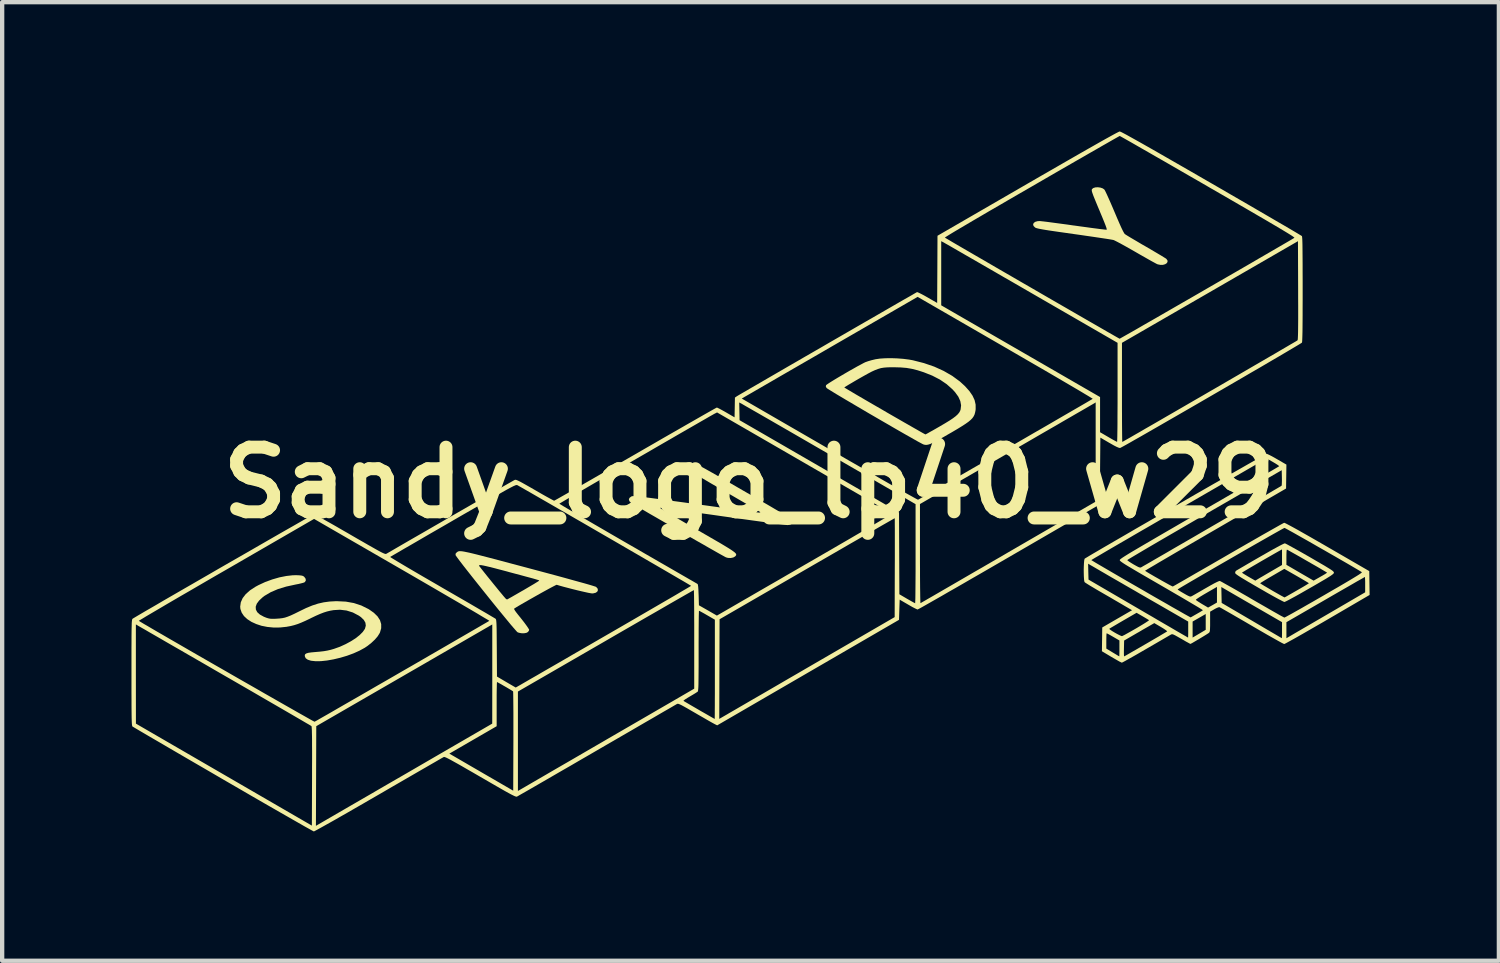
<source format=kicad_pcb>
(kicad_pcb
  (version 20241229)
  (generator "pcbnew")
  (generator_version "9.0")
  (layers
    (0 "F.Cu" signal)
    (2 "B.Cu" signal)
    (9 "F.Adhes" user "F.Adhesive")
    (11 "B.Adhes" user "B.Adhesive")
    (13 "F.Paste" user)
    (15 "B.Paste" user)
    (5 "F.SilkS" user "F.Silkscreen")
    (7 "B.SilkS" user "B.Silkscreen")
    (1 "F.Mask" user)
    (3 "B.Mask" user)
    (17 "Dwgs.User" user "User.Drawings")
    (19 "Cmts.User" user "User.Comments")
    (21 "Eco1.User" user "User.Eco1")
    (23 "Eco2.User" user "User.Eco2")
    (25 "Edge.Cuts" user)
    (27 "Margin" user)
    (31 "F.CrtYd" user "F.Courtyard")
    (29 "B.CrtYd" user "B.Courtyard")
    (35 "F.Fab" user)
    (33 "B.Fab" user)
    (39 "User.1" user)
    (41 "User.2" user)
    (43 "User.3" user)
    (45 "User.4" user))
  (footprint "Sandy_logo_lp40_w29"
    (layer "F.Cu")
    (at 14.332 8.145)
    (property "Reference" "Sandy_logo_lp40_w29" (at 0 0 0) (layer "F.SilkS") (effects (font (size 1.5 1.5) (thickness 0.3))))
    (attr board_only exclude_from_pos_files exclude_from_bom)
    (fp_poly (pts (xy 8.147 -6.843) (xy 8.201 -6.824) (xy 8.237 -6.798) (xy 8.25 -6.778) (xy 8.272 -6.734) (xy 8.302 -6.67) (xy 8.339 -6.588) (xy 8.381 -6.493) (xy 8.427 -6.387) (xy 8.472 -6.281) (xy 8.536 -6.13) (xy 8.59 -6.006) (xy 8.634 -5.908) (xy 8.669 -5.836) (xy 8.695 -5.789) (xy 8.711 -5.766) (xy 8.712 -5.766) (xy 8.732 -5.752) (xy 8.775 -5.725) (xy 8.836 -5.688) (xy 8.914 -5.642) (xy 9.004 -5.589) (xy 9.103 -5.53) (xy 9.198 -5.476) (xy 9.303 -5.415) (xy 9.401 -5.357) (xy 9.489 -5.305) (xy 9.563 -5.261) (xy 9.621 -5.225) (xy 9.66 -5.201) (xy 9.676 -5.189) (xy 9.702 -5.153) (xy 9.703 -5.118) (xy 9.683 -5.088) (xy 9.647 -5.065) (xy 9.597 -5.051) (xy 9.539 -5.05) (xy 9.477 -5.062) (xy 9.467 -5.066) (xy 9.445 -5.076) (xy 9.401 -5.1) (xy 9.338 -5.134) (xy 9.26 -5.178) (xy 9.169 -5.23) (xy 9.068 -5.287) (xy 8.966 -5.346) (xy 8.859 -5.407) (xy 8.757 -5.465) (xy 8.665 -5.516) (xy 8.584 -5.56) (xy 8.519 -5.594) (xy 8.473 -5.617) (xy 8.45 -5.627) (xy 8.425 -5.632) (xy 8.374 -5.641) (xy 8.3 -5.653) (xy 8.206 -5.667) (xy 8.093 -5.684) (xy 7.966 -5.703) (xy 7.826 -5.723) (xy 7.676 -5.745) (xy 7.533 -5.765) (xy 7.352 -5.791) (xy 7.196 -5.813) (xy 7.066 -5.832) (xy 6.957 -5.848) (xy 6.868 -5.862) (xy 6.798 -5.874) (xy 6.743 -5.884) (xy 6.701 -5.893) (xy 6.67 -5.901) (xy 6.649 -5.908) (xy 6.635 -5.915) (xy 6.63 -5.918) (xy 6.594 -5.954) (xy 6.585 -5.991) (xy 6.599 -6.023) (xy 6.635 -6.049) (xy 6.689 -6.064) (xy 6.738 -6.067) (xy 6.768 -6.064) (xy 6.823 -6.058) (xy 6.901 -6.049) (xy 6.998 -6.036) (xy 7.111 -6.021) (xy 7.238 -6.004) (xy 7.374 -5.986) (xy 7.518 -5.965) (xy 7.544 -5.962) (xy 7.687 -5.942) (xy 7.821 -5.924) (xy 7.943 -5.907) (xy 8.052 -5.893) (xy 8.143 -5.881) (xy 8.215 -5.873) (xy 8.265 -5.867) (xy 8.289 -5.866) (xy 8.291 -5.866) (xy 8.293 -5.879) (xy 8.284 -5.913) (xy 8.264 -5.969) (xy 8.233 -6.048) (xy 8.191 -6.151) (xy 8.137 -6.28) (xy 8.137 -6.281) (xy 8.083 -6.409) (xy 8.04 -6.513) (xy 8.006 -6.596) (xy 7.98 -6.661) (xy 7.963 -6.709) (xy 7.951 -6.745) (xy 7.946 -6.77) (xy 7.945 -6.788) (xy 7.948 -6.801) (xy 7.951 -6.808) (xy 7.981 -6.833) (xy 8.029 -6.848) (xy 8.087 -6.851)) (stroke (width 0) (type solid)) (fill yes) (layer "F.SilkS"))
    (fp_poly (pts (xy -10.433 2.152) (xy -10.388 2.157) (xy -10.358 2.165) (xy -10.336 2.177) (xy -10.322 2.189) (xy -10.292 2.231) (xy -10.287 2.271) (xy -10.308 2.306) (xy -10.317 2.313) (xy -10.344 2.324) (xy -10.393 2.337) (xy -10.456 2.352) (xy -10.523 2.365) (xy -10.743 2.413) (xy -10.936 2.472) (xy -11.103 2.544) (xy -11.244 2.627) (xy -11.289 2.661) (xy -11.371 2.737) (xy -11.425 2.81) (xy -11.45 2.88) (xy -11.446 2.946) (xy -11.414 3.007) (xy -11.353 3.062) (xy -11.264 3.111) (xy -11.205 3.135) (xy -11.16 3.149) (xy -11.117 3.158) (xy -11.067 3.161) (xy -11.002 3.16) (xy -10.967 3.158) (xy -10.895 3.153) (xy -10.831 3.145) (xy -10.77 3.132) (xy -10.707 3.111) (xy -10.635 3.082) (xy -10.549 3.042) (xy -10.444 2.99) (xy -10.284 2.912) (xy -10.139 2.852) (xy -10.004 2.808) (xy -9.872 2.778) (xy -9.738 2.76) (xy -9.595 2.752) (xy -9.559 2.752) (xy -9.358 2.762) (xy -9.173 2.795) (xy -9.002 2.851) (xy -8.84 2.931) (xy -8.821 2.942) (xy -8.709 3.021) (xy -8.624 3.104) (xy -8.567 3.192) (xy -8.539 3.284) (xy -8.539 3.38) (xy -8.567 3.477) (xy -8.577 3.497) (xy -8.62 3.566) (xy -8.685 3.642) (xy -8.766 3.718) (xy -8.855 3.789) (xy -8.922 3.834) (xy -9.045 3.901) (xy -9.183 3.963) (xy -9.333 4.018) (xy -9.488 4.064) (xy -9.644 4.101) (xy -9.796 4.128) (xy -9.938 4.143) (xy -10.065 4.144) (xy -10.167 4.133) (xy -10.241 4.11) (xy -10.289 4.076) (xy -10.308 4.038) (xy -10.312 4.006) (xy -10.302 3.982) (xy -10.276 3.964) (xy -10.23 3.95) (xy -10.162 3.94) (xy -10.074 3.932) (xy -9.959 3.922) (xy -9.865 3.911) (xy -9.785 3.897) (xy -9.711 3.88) (xy -9.635 3.858) (xy -9.632 3.857) (xy -9.495 3.808) (xy -9.364 3.748) (xy -9.242 3.682) (xy -9.132 3.612) (xy -9.04 3.539) (xy -8.967 3.466) (xy -8.919 3.397) (xy -8.915 3.389) (xy -8.896 3.319) (xy -8.905 3.251) (xy -8.942 3.186) (xy -9.008 3.122) (xy -9.056 3.088) (xy -9.196 3.014) (xy -9.343 2.968) (xy -9.495 2.95) (xy -9.644 2.959) (xy -9.723 2.973) (xy -9.797 2.991) (xy -9.873 3.015) (xy -9.956 3.047) (xy -10.052 3.089) (xy -10.167 3.144) (xy -10.184 3.153) (xy -10.299 3.208) (xy -10.395 3.25) (xy -10.479 3.283) (xy -10.558 3.308) (xy -10.638 3.328) (xy -10.725 3.344) (xy -10.734 3.346) (xy -10.887 3.362) (xy -11.036 3.363) (xy -11.18 3.349) (xy -11.316 3.322) (xy -11.44 3.281) (xy -11.551 3.23) (xy -11.646 3.168) (xy -11.722 3.097) (xy -11.775 3.018) (xy -11.805 2.932) (xy -11.81 2.879) (xy -11.796 2.778) (xy -11.753 2.681) (xy -11.681 2.588) (xy -11.581 2.499) (xy -11.452 2.415) (xy -11.385 2.379) (xy -11.23 2.307) (xy -11.066 2.247) (xy -10.9 2.199) (xy -10.738 2.167) (xy -10.588 2.15) (xy -10.5 2.149)) (stroke (width 0) (type solid)) (fill yes) (layer "F.SilkS"))
    (fp_poly (pts (xy 3.433 -2.881) (xy 3.575 -2.87) (xy 3.708 -2.853) (xy 3.796 -2.837) (xy 4.051 -2.772) (xy 4.29 -2.69) (xy 4.51 -2.59) (xy 4.709 -2.475) (xy 4.886 -2.345) (xy 5.005 -2.236) (xy 5.105 -2.124) (xy 5.179 -2.017) (xy 5.227 -1.914) (xy 5.251 -1.81) (xy 5.252 -1.704) (xy 5.248 -1.67) (xy 5.238 -1.621) (xy 5.225 -1.576) (xy 5.204 -1.534) (xy 5.176 -1.494) (xy 5.136 -1.453) (xy 5.083 -1.409) (xy 5.014 -1.36) (xy 4.927 -1.304) (xy 4.821 -1.239) (xy 4.692 -1.163) (xy 4.63 -1.128) (xy 4.506 -1.056) (xy 4.403 -0.999) (xy 4.32 -0.954) (xy 4.253 -0.92) (xy 4.2 -0.896) (xy 4.157 -0.882) (xy 4.121 -0.875) (xy 4.09 -0.874) (xy 4.061 -0.879) (xy 4.04 -0.885) (xy 4.017 -0.896) (xy 3.972 -0.92) (xy 3.907 -0.955) (xy 3.824 -1.002) (xy 3.726 -1.058) (xy 3.614 -1.121) (xy 3.49 -1.192) (xy 3.358 -1.268) (xy 3.219 -1.349) (xy 3.075 -1.432) (xy 2.929 -1.517) (xy 2.782 -1.602) (xy 2.638 -1.687) (xy 2.498 -1.769) (xy 2.365 -1.848) (xy 2.24 -1.921) (xy 2.126 -1.989) (xy 2.025 -2.049) (xy 1.94 -2.101) (xy 1.872 -2.143) (xy 1.824 -2.173) (xy 1.798 -2.191) (xy 1.794 -2.194) (xy 1.787 -2.207) (xy 2.205 -2.207) (xy 2.217 -2.198) (xy 2.252 -2.177) (xy 2.308 -2.143) (xy 2.381 -2.1) (xy 2.47 -2.047) (xy 2.573 -1.987) (xy 2.686 -1.921) (xy 2.808 -1.85) (xy 2.936 -1.776) (xy 3.068 -1.7) (xy 3.201 -1.622) (xy 3.333 -1.546) (xy 3.462 -1.472) (xy 3.585 -1.401) (xy 3.701 -1.335) (xy 3.805 -1.275) (xy 3.897 -1.223) (xy 3.973 -1.179) (xy 4.032 -1.146) (xy 4.071 -1.125) (xy 4.088 -1.117) (xy 4.088 -1.117) (xy 4.102 -1.124) (xy 4.138 -1.143) (xy 4.192 -1.174) (xy 4.261 -1.212) (xy 4.341 -1.258) (xy 4.416 -1.301) (xy 4.542 -1.375) (xy 4.645 -1.438) (xy 4.726 -1.492) (xy 4.789 -1.54) (xy 4.836 -1.583) (xy 4.87 -1.624) (xy 4.892 -1.664) (xy 4.903 -1.697) (xy 4.914 -1.792) (xy 4.896 -1.89) (xy 4.85 -1.992) (xy 4.775 -2.096) (xy 4.714 -2.163) (xy 4.579 -2.283) (xy 4.423 -2.389) (xy 4.245 -2.481) (xy 4.048 -2.559) (xy 3.905 -2.605) (xy 3.774 -2.638) (xy 3.646 -2.66) (xy 3.51 -2.671) (xy 3.365 -2.675) (xy 3.271 -2.675) (xy 3.19 -2.672) (xy 3.119 -2.666) (xy 3.053 -2.655) (xy 2.989 -2.636) (xy 2.92 -2.61) (xy 2.843 -2.575) (xy 2.754 -2.528) (xy 2.648 -2.469) (xy 2.549 -2.413) (xy 2.459 -2.361) (xy 2.378 -2.313) (xy 2.308 -2.272) (xy 2.254 -2.239) (xy 2.219 -2.217) (xy 2.205 -2.207) (xy 2.205 -2.207) (xy 1.787 -2.207) (xy 1.776 -2.226) (xy 1.78 -2.254) (xy 1.782 -2.259) (xy 1.798 -2.273) (xy 1.836 -2.299) (xy 1.892 -2.335) (xy 1.963 -2.379) (xy 2.046 -2.429) (xy 2.136 -2.482) (xy 2.231 -2.538) (xy 2.326 -2.593) (xy 2.419 -2.645) (xy 2.505 -2.694) (xy 2.582 -2.735) (xy 2.645 -2.769) (xy 2.691 -2.792) (xy 2.705 -2.797) (xy 2.759 -2.816) (xy 2.83 -2.837) (xy 2.904 -2.855) (xy 2.929 -2.861) (xy 3.031 -2.876) (xy 3.154 -2.884) (xy 3.291 -2.886)) (stroke (width 0) (type solid)) (fill yes) (layer "F.SilkS"))
    (fp_poly (pts (xy -6.692 1.592) (xy -6.658 1.595) (xy -6.615 1.602) (xy -6.561 1.613) (xy -6.494 1.627) (xy -6.414 1.646) (xy -6.317 1.67) (xy -6.204 1.699) (xy -6.072 1.733) (xy -5.919 1.773) (xy -5.745 1.819) (xy -5.547 1.872) (xy -5.324 1.931) (xy -5.122 1.985) (xy -4.886 2.048) (xy -4.666 2.107) (xy -4.461 2.162) (xy -4.274 2.213) (xy -4.106 2.26) (xy -3.957 2.301) (xy -3.83 2.336) (xy -3.725 2.366) (xy -3.644 2.39) (xy -3.588 2.408) (xy -3.558 2.418) (xy -3.554 2.42) (xy -3.519 2.458) (xy -3.511 2.496) (xy -3.526 2.53) (xy -3.562 2.556) (xy -3.618 2.57) (xy -3.644 2.572) (xy -3.676 2.568) (xy -3.731 2.558) (xy -3.804 2.542) (xy -3.892 2.522) (xy -3.99 2.499) (xy -4.094 2.473) (xy -4.198 2.446) (xy -4.298 2.42) (xy -4.391 2.394) (xy -4.468 2.371) (xy -4.484 2.377) (xy -4.521 2.396) (xy -4.577 2.425) (xy -4.648 2.463) (xy -4.73 2.508) (xy -4.821 2.558) (xy -4.917 2.612) (xy -5.014 2.667) (xy -5.11 2.721) (xy -5.2 2.773) (xy -5.282 2.82) (xy -5.352 2.861) (xy -5.407 2.894) (xy -5.443 2.917) (xy -5.457 2.927) (xy -5.452 2.942) (xy -5.433 2.974) (xy -5.401 3.018) (xy -5.373 3.054) (xy -5.291 3.156) (xy -5.222 3.244) (xy -5.169 3.316) (xy -5.131 3.371) (xy -5.11 3.406) (xy -5.106 3.418) (xy -5.116 3.442) (xy -5.135 3.467) (xy -5.172 3.487) (xy -5.225 3.496) (xy -5.287 3.495) (xy -5.345 3.484) (xy -5.378 3.471) (xy -5.394 3.455) (xy -5.426 3.419) (xy -5.473 3.365) (xy -5.533 3.295) (xy -5.603 3.21) (xy -5.683 3.113) (xy -5.771 3.006) (xy -5.864 2.892) (xy -5.961 2.772) (xy -6.06 2.649) (xy -6.16 2.524) (xy -6.259 2.4) (xy -6.355 2.28) (xy -6.447 2.164) (xy -6.532 2.056) (xy -6.609 1.958) (xy -6.634 1.926) (xy -6.268 1.926) (xy -6.263 1.938) (xy -6.257 1.947) (xy -6.203 2.016) (xy -6.141 2.094) (xy -6.074 2.178) (xy -6.004 2.264) (xy -5.934 2.351) (xy -5.866 2.434) (xy -5.803 2.512) (xy -5.746 2.58) (xy -5.7 2.636) (xy -5.665 2.676) (xy -5.644 2.699) (xy -5.64 2.703) (xy -5.62 2.71) (xy -5.617 2.711) (xy -5.604 2.705) (xy -5.569 2.685) (xy -5.515 2.655) (xy -5.446 2.615) (xy -5.364 2.568) (xy -5.272 2.515) (xy -5.243 2.499) (xy -5.15 2.444) (xy -5.065 2.394) (xy -4.992 2.351) (xy -4.934 2.315) (xy -4.894 2.29) (xy -4.875 2.276) (xy -4.874 2.275) (xy -4.875 2.272) (xy -4.878 2.269) (xy -4.887 2.264) (xy -4.903 2.259) (xy -4.929 2.251) (xy -4.966 2.24) (xy -5.017 2.225) (xy -5.084 2.207) (xy -5.17 2.184) (xy -5.276 2.155) (xy -5.404 2.121) (xy -5.558 2.08) (xy -5.633 2.059) (xy -5.789 2.018) (xy -5.918 1.984) (xy -6.023 1.958) (xy -6.107 1.938) (xy -6.171 1.924) (xy -6.217 1.916) (xy -6.247 1.914) (xy -6.263 1.917) (xy -6.268 1.926) (xy -6.634 1.926) (xy -6.676 1.871) (xy -6.732 1.798) (xy -6.774 1.741) (xy -6.802 1.702) (xy -6.813 1.684) (xy -6.813 1.65) (xy -6.79 1.623) (xy -6.778 1.613) (xy -6.767 1.605) (xy -6.754 1.598) (xy -6.738 1.594) (xy -6.718 1.591)) (stroke (width 0) (type solid)) (fill yes) (layer "F.SilkS"))
    (fp_poly (pts (xy -1.315 -0.447) (xy -1.299 -0.446) (xy -1.283 -0.443) (xy -1.265 -0.439) (xy -1.243 -0.432) (xy -1.217 -0.421) (xy -1.183 -0.405) (xy -1.141 -0.384) (xy -1.089 -0.356) (xy -1.025 -0.321) (xy -0.947 -0.277) (xy -0.854 -0.225) (xy -0.744 -0.162) (xy -0.615 -0.088) (xy -0.466 -0.002) (xy -0.295 0.097) (xy -0.138 0.188) (xy 0.026 0.282) (xy 0.183 0.374) (xy 0.332 0.46) (xy 0.47 0.54) (xy 0.595 0.614) (xy 0.707 0.679) (xy 0.802 0.736) (xy 0.879 0.782) (xy 0.936 0.816) (xy 0.972 0.838) (xy 0.983 0.846) (xy 1.011 0.885) (xy 1.013 0.922) (xy 0.992 0.955) (xy 0.95 0.977) (xy 0.891 0.986) (xy 0.887 0.986) (xy 0.864 0.984) (xy 0.814 0.979) (xy 0.739 0.969) (xy 0.642 0.956) (xy 0.524 0.941) (xy 0.388 0.922) (xy 0.236 0.901) (xy 0.068 0.878) (xy -0.111 0.853) (xy -0.301 0.827) (xy -0.499 0.799) (xy -0.613 0.783) (xy -0.814 0.754) (xy -1.007 0.727) (xy -1.19 0.702) (xy -1.361 0.678) (xy -1.518 0.656) (xy -1.659 0.637) (xy -1.782 0.62) (xy -1.886 0.606) (xy -1.968 0.596) (xy -2.026 0.588) (xy -2.059 0.585) (xy -2.065 0.585) (xy -2.061 0.594) (xy -2.035 0.613) (xy -1.994 0.641) (xy -1.959 0.661) (xy -1.924 0.682) (xy -1.867 0.715) (xy -1.79 0.76) (xy -1.695 0.814) (xy -1.586 0.877) (xy -1.466 0.947) (xy -1.336 1.022) (xy -1.2 1.101) (xy -1.082 1.169) (xy -0.918 1.264) (xy -0.778 1.345) (xy -0.659 1.414) (xy -0.561 1.473) (xy -0.482 1.521) (xy -0.419 1.561) (xy -0.372 1.594) (xy -0.338 1.62) (xy -0.316 1.642) (xy -0.305 1.659) (xy -0.303 1.674) (xy -0.307 1.688) (xy -0.317 1.701) (xy -0.329 1.714) (xy -0.371 1.738) (xy -0.429 1.75) (xy -0.492 1.748) (xy -0.537 1.736) (xy -0.556 1.727) (xy -0.597 1.704) (xy -0.659 1.67) (xy -0.739 1.625) (xy -0.835 1.57) (xy -0.945 1.508) (xy -1.066 1.438) (xy -1.197 1.364) (xy -1.335 1.285) (xy -1.478 1.203) (xy -1.623 1.119) (xy -1.768 1.036) (xy -1.912 0.953) (xy -2.051 0.873) (xy -2.184 0.796) (xy -2.308 0.725) (xy -2.42 0.659) (xy -2.52 0.601) (xy -2.604 0.552) (xy -2.67 0.513) (xy -2.716 0.486) (xy -2.737 0.473) (xy -2.779 0.434) (xy -2.793 0.394) (xy -2.78 0.357) (xy -2.74 0.325) (xy -2.727 0.319) (xy -2.717 0.316) (xy -2.702 0.315) (xy -2.68 0.315) (xy -2.648 0.316) (xy -2.607 0.32) (xy -2.553 0.325) (xy -2.486 0.333) (xy -2.404 0.343) (xy -2.304 0.355) (xy -2.186 0.371) (xy -2.047 0.389) (xy -1.887 0.411) (xy -1.702 0.436) (xy -1.493 0.464) (xy -1.256 0.497) (xy -1.243 0.499) (xy -1.042 0.526) (xy -0.848 0.553) (xy -0.664 0.578) (xy -0.491 0.601) (xy -0.332 0.623) (xy -0.189 0.642) (xy -0.063 0.659) (xy 0.043 0.673) (xy 0.127 0.684) (xy 0.188 0.692) (xy 0.223 0.696) (xy 0.231 0.696) (xy 0.254 0.692) (xy 0.253 0.683) (xy 0.238 0.674) (xy 0.201 0.651) (xy 0.142 0.616) (xy 0.065 0.571) (xy -0.029 0.516) (xy -0.138 0.453) (xy -0.259 0.383) (xy -0.391 0.306) (xy -0.53 0.226) (xy -0.595 0.189) (xy -0.738 0.106) (xy -0.874 0.027) (xy -1.001 -0.048) (xy -1.117 -0.116) (xy -1.219 -0.176) (xy -1.306 -0.228) (xy -1.375 -0.27) (xy -1.423 -0.3) (xy -1.45 -0.318) (xy -1.454 -0.322) (xy -1.475 -0.351) (xy -1.475 -0.375) (xy -1.455 -0.403) (xy -1.442 -0.416) (xy -1.419 -0.436) (xy -1.394 -0.447) (xy -1.358 -0.449)) (stroke (width 0) (type solid)) (fill yes) (layer "F.SilkS"))
    (fp_poly (pts (xy 12.445 1.418) (xy 12.486 1.439) (xy 12.546 1.472) (xy 12.624 1.515) (xy 12.716 1.566) (xy 12.819 1.624) (xy 12.931 1.688) (xy 13.01 1.733) (xy 13.143 1.811) (xy 13.253 1.875) (xy 13.343 1.927) (xy 13.413 1.97) (xy 13.467 2.003) (xy 13.507 2.029) (xy 13.534 2.049) (xy 13.551 2.065) (xy 13.56 2.077) (xy 13.563 2.087) (xy 13.563 2.089) (xy 13.561 2.099) (xy 13.554 2.111) (xy 13.539 2.125) (xy 13.515 2.143) (xy 13.48 2.168) (xy 13.43 2.199) (xy 13.365 2.239) (xy 13.281 2.288) (xy 13.177 2.349) (xy 13.051 2.422) (xy 13.005 2.448) (xy 12.888 2.515) (xy 12.778 2.578) (xy 12.678 2.634) (xy 12.589 2.682) (xy 12.516 2.722) (xy 12.461 2.75) (xy 12.425 2.767) (xy 12.414 2.77) (xy 12.395 2.763) (xy 12.353 2.742) (xy 12.292 2.71) (xy 12.214 2.668) (xy 12.122 2.617) (xy 12.019 2.559) (xy 11.907 2.494) (xy 11.826 2.448) (xy 11.69 2.369) (xy 11.633 2.335) (xy 11.852 2.335) (xy 11.864 2.345) (xy 11.897 2.366) (xy 11.946 2.396) (xy 12.008 2.432) (xy 12.077 2.473) (xy 12.15 2.516) (xy 12.222 2.557) (xy 12.289 2.595) (xy 12.346 2.627) (xy 12.389 2.65) (xy 12.414 2.663) (xy 12.418 2.664) (xy 12.433 2.657) (xy 12.469 2.637) (xy 12.523 2.606) (xy 12.59 2.568) (xy 12.668 2.523) (xy 12.705 2.502) (xy 12.785 2.456) (xy 12.857 2.414) (xy 12.915 2.379) (xy 12.957 2.353) (xy 12.979 2.338) (xy 12.982 2.335) (xy 12.97 2.326) (xy 12.936 2.305) (xy 12.884 2.274) (xy 12.818 2.235) (xy 12.74 2.19) (xy 12.697 2.165) (xy 12.412 2.002) (xy 12.132 2.165) (xy 12.051 2.212) (xy 11.979 2.255) (xy 11.92 2.291) (xy 11.878 2.317) (xy 11.855 2.333) (xy 11.852 2.335) (xy 11.633 2.335) (xy 11.578 2.304) (xy 11.487 2.249) (xy 11.415 2.206) (xy 11.36 2.171) (xy 11.32 2.144) (xy 11.294 2.124) (xy 11.278 2.109) (xy 11.272 2.098) (xy 11.271 2.095) (xy 11.272 2.09) (xy 11.431 2.09) (xy 11.443 2.1) (xy 11.475 2.121) (xy 11.523 2.15) (xy 11.581 2.185) (xy 11.585 2.187) (xy 11.739 2.275) (xy 11.849 2.209) (xy 11.903 2.178) (xy 11.973 2.137) (xy 12.053 2.09) (xy 12.134 2.043) (xy 12.16 2.028) (xy 12.359 1.912) (xy 12.359 1.731) (xy 12.359 1.729) (xy 12.461 1.729) (xy 12.461 1.908) (xy 12.776 2.092) (xy 13.092 2.275) (xy 13.15 2.242) (xy 13.192 2.218) (xy 13.248 2.186) (xy 13.305 2.154) (xy 13.306 2.153) (xy 13.352 2.126) (xy 13.386 2.104) (xy 13.403 2.091) (xy 13.404 2.089) (xy 13.391 2.081) (xy 13.358 2.061) (xy 13.305 2.03) (xy 13.238 1.99) (xy 13.159 1.944) (xy 13.071 1.894) (xy 12.979 1.841) (xy 12.885 1.787) (xy 12.794 1.734) (xy 12.707 1.685) (xy 12.629 1.641) (xy 12.563 1.604) (xy 12.513 1.576) (xy 12.481 1.559) (xy 12.473 1.555) (xy 12.468 1.566) (xy 12.464 1.602) (xy 12.462 1.655) (xy 12.461 1.722) (xy 12.461 1.729) (xy 12.359 1.729) (xy 12.359 1.55) (xy 12.26 1.605) (xy 12.169 1.657) (xy 12.071 1.713) (xy 11.97 1.771) (xy 11.869 1.829) (xy 11.772 1.886) (xy 11.681 1.939) (xy 11.599 1.987) (xy 11.53 2.028) (xy 11.477 2.06) (xy 11.443 2.081) (xy 11.431 2.09) (xy 11.272 2.09) (xy 11.279 2.063) (xy 11.289 2.049) (xy 11.305 2.038) (xy 11.344 2.015) (xy 11.402 1.981) (xy 11.478 1.937) (xy 11.568 1.884) (xy 11.669 1.825) (xy 11.78 1.761) (xy 11.851 1.72) (xy 11.991 1.64) (xy 12.113 1.57) (xy 12.218 1.513) (xy 12.302 1.467) (xy 12.367 1.434) (xy 12.408 1.415) (xy 12.426 1.41)) (stroke (width 0) (type solid)) (fill yes) (layer "F.SilkS"))
    (fp_poly (pts (xy 12.023 -0.66) (xy 12.064 -0.641) (xy 12.121 -0.612) (xy 12.188 -0.575) (xy 12.245 -0.542) (xy 12.461 -0.417) (xy 12.457 -0.14) (xy 12.453 0.138) (xy 10.818 1.088) (xy 10.617 1.204) (xy 10.424 1.317) (xy 10.239 1.424) (xy 10.064 1.526) (xy 9.901 1.621) (xy 9.751 1.709) (xy 9.614 1.789) (xy 9.494 1.859) (xy 9.392 1.92) (xy 9.308 1.969) (xy 9.244 2.007) (xy 9.202 2.033) (xy 9.183 2.044) (xy 9.182 2.045) (xy 9.194 2.055) (xy 9.228 2.076) (xy 9.278 2.107) (xy 9.342 2.144) (xy 9.414 2.186) (xy 9.492 2.23) (xy 9.57 2.275) (xy 9.644 2.316) (xy 9.711 2.353) (xy 9.766 2.383) (xy 9.806 2.403) (xy 9.825 2.411) (xy 9.826 2.411) (xy 9.84 2.403) (xy 9.878 2.382) (xy 9.937 2.348) (xy 10.016 2.303) (xy 10.114 2.247) (xy 10.228 2.181) (xy 10.357 2.106) (xy 10.5 2.024) (xy 10.654 1.936) (xy 10.818 1.841) (xy 10.99 1.742) (xy 11.11 1.672) (xy 11.287 1.57) (xy 11.457 1.472) (xy 11.619 1.379) (xy 11.771 1.292) (xy 11.91 1.212) (xy 12.036 1.141) (xy 12.147 1.078) (xy 12.241 1.025) (xy 12.315 0.983) (xy 12.37 0.953) (xy 12.402 0.936) (xy 12.41 0.933) (xy 12.428 0.939) (xy 12.47 0.96) (xy 12.534 0.994) (xy 12.621 1.041) (xy 12.728 1.1) (xy 12.854 1.172) (xy 12.999 1.254) (xy 13.161 1.347) (xy 13.34 1.45) (xy 13.411 1.491) (xy 14.383 2.054) (xy 14.387 2.33) (xy 14.391 2.607) (xy 13.415 3.177) (xy 13.26 3.267) (xy 13.112 3.352) (xy 12.973 3.432) (xy 12.845 3.506) (xy 12.729 3.572) (xy 12.628 3.629) (xy 12.544 3.675) (xy 12.479 3.711) (xy 12.434 3.735) (xy 12.412 3.745) (xy 12.41 3.746) (xy 12.392 3.738) (xy 12.352 3.718) (xy 12.292 3.685) (xy 12.213 3.641) (xy 12.119 3.588) (xy 12.011 3.527) (xy 11.892 3.458) (xy 11.764 3.384) (xy 11.656 3.321) (xy 11.523 3.243) (xy 11.397 3.17) (xy 11.281 3.103) (xy 11.176 3.042) (xy 11.085 2.99) (xy 11.01 2.947) (xy 10.954 2.915) (xy 10.918 2.896) (xy 10.907 2.89) (xy 10.883 2.894) (xy 10.843 2.91) (xy 10.794 2.935) (xy 10.787 2.94) (xy 10.691 2.995) (xy 10.691 3.229) (xy 10.691 3.318) (xy 10.689 3.382) (xy 10.687 3.427) (xy 10.682 3.455) (xy 10.675 3.473) (xy 10.666 3.484) (xy 10.645 3.499) (xy 10.606 3.524) (xy 10.553 3.557) (xy 10.492 3.594) (xy 10.428 3.633) (xy 10.366 3.669) (xy 10.31 3.702) (xy 10.267 3.727) (xy 10.24 3.74) (xy 10.234 3.743) (xy 10.219 3.736) (xy 10.183 3.716) (xy 10.131 3.688) (xy 10.068 3.651) (xy 10.021 3.624) (xy 9.945 3.581) (xy 9.89 3.55) (xy 9.851 3.53) (xy 9.824 3.52) (xy 9.806 3.518) (xy 9.791 3.522) (xy 9.779 3.528) (xy 9.759 3.54) (xy 9.716 3.565) (xy 9.654 3.601) (xy 9.575 3.647) (xy 9.482 3.701) (xy 9.379 3.761) (xy 9.267 3.826) (xy 9.201 3.864) (xy 9.087 3.93) (xy 8.98 3.992) (xy 8.883 4.047) (xy 8.799 4.094) (xy 8.73 4.133) (xy 8.68 4.16) (xy 8.65 4.175) (xy 8.643 4.178) (xy 8.625 4.17) (xy 8.586 4.151) (xy 8.532 4.12) (xy 8.466 4.082) (xy 8.402 4.045) (xy 8.181 3.913) (xy 8.184 3.674) (xy 8.283 3.674) (xy 8.283 3.851) (xy 8.432 3.942) (xy 8.489 3.976) (xy 8.537 4.005) (xy 8.571 4.025) (xy 8.584 4.032) (xy 8.584 4.032) (xy 8.585 4.019) (xy 8.586 3.982) (xy 8.587 3.927) (xy 8.587 3.918) (xy 8.691 3.918) (xy 8.691 3.975) (xy 8.693 4.015) (xy 8.695 4.032) (xy 8.695 4.033) (xy 8.709 4.026) (xy 8.745 4.006) (xy 8.801 3.974) (xy 8.873 3.932) (xy 8.96 3.883) (xy 9.058 3.826) (xy 9.165 3.764) (xy 9.193 3.748) (xy 9.301 3.685) (xy 9.402 3.626) (xy 9.493 3.573) (xy 9.57 3.527) (xy 9.631 3.491) (xy 9.673 3.466) (xy 9.693 3.453) (xy 9.695 3.452) (xy 9.687 3.442) (xy 9.659 3.42) (xy 9.615 3.39) (xy 9.558 3.355) (xy 9.551 3.351) (xy 9.396 3.26) (xy 9.344 3.29) (xy 9.316 3.306) (xy 9.268 3.334) (xy 9.203 3.371) (xy 9.126 3.415) (xy 9.042 3.465) (xy 8.994 3.492) (xy 8.696 3.665) (xy 8.692 3.849) (xy 8.691 3.918) (xy 8.587 3.918) (xy 8.587 3.859) (xy 8.587 3.848) (xy 8.587 3.663) (xy 8.443 3.579) (xy 8.386 3.546) (xy 8.337 3.519) (xy 8.304 3.502) (xy 8.291 3.496) (xy 8.288 3.51) (xy 8.285 3.547) (xy 8.284 3.602) (xy 8.283 3.669) (xy 8.283 3.674) (xy 8.184 3.674) (xy 8.185 3.637) (xy 8.188 3.392) (xy 8.353 3.392) (xy 8.359 3.403) (xy 8.386 3.423) (xy 8.427 3.45) (xy 8.477 3.48) (xy 8.53 3.51) (xy 8.579 3.535) (xy 8.619 3.554) (xy 8.645 3.562) (xy 8.648 3.562) (xy 8.667 3.553) (xy 8.708 3.533) (xy 8.765 3.501) (xy 8.837 3.461) (xy 8.918 3.415) (xy 8.979 3.38) (xy 9.063 3.33) (xy 9.138 3.285) (xy 9.199 3.247) (xy 9.244 3.217) (xy 9.27 3.198) (xy 9.274 3.192) (xy 9.257 3.181) (xy 9.221 3.159) (xy 9.171 3.129) (xy 9.123 3.101) (xy 8.985 3.021) (xy 8.674 3.201) (xy 8.588 3.251) (xy 8.51 3.297) (xy 8.444 3.336) (xy 8.393 3.366) (xy 8.362 3.385) (xy 8.353 3.392) (xy 8.188 3.392) (xy 8.189 3.361) (xy 8.534 3.161) (xy 8.88 2.961) (xy 8.708 2.861) (xy 8.649 2.826) (xy 8.57 2.78) (xy 8.477 2.726) (xy 8.375 2.666) (xy 8.269 2.605) (xy 8.167 2.546) (xy 8.072 2.491) (xy 7.985 2.439) (xy 7.909 2.394) (xy 7.848 2.356) (xy 7.804 2.328) (xy 7.781 2.311) (xy 7.779 2.309) (xy 7.771 2.285) (xy 7.766 2.239) (xy 7.762 2.175) (xy 7.76 2.101) (xy 7.759 2.023) (xy 7.761 1.945) (xy 7.764 1.882) (xy 7.861 1.882) (xy 7.865 2.066) (xy 7.87 2.251) (xy 9.023 2.923) (xy 9.19 3.021) (xy 9.351 3.114) (xy 9.502 3.203) (xy 9.643 3.285) (xy 9.771 3.359) (xy 9.885 3.426) (xy 9.983 3.483) (xy 10.063 3.529) (xy 10.124 3.564) (xy 10.163 3.587) (xy 10.179 3.596) (xy 10.18 3.597) (xy 10.181 3.583) (xy 10.182 3.546) (xy 10.183 3.491) (xy 10.183 3.423) (xy 10.183 3.411) (xy 10.183 3.225) (xy 10.182 3.224) (xy 10.285 3.224) (xy 10.285 3.41) (xy 10.285 3.596) (xy 10.437 3.506) (xy 10.589 3.416) (xy 10.589 3.233) (xy 10.589 3.049) (xy 10.437 3.137) (xy 10.285 3.224) (xy 10.182 3.224) (xy 9.44 2.796) (xy 9.304 2.718) (xy 9.175 2.643) (xy 9.054 2.574) (xy 8.945 2.51) (xy 8.849 2.455) (xy 8.769 2.409) (xy 8.708 2.374) (xy 8.667 2.35) (xy 8.65 2.34) (xy 8.613 2.319) (xy 8.558 2.287) (xy 8.488 2.247) (xy 8.408 2.201) (xy 8.322 2.151) (xy 8.235 2.1) (xy 8.15 2.051) (xy 8.072 2.005) (xy 8.005 1.966) (xy 7.953 1.936) (xy 7.921 1.918) (xy 7.916 1.915) (xy 7.861 1.882) (xy 7.764 1.882) (xy 7.764 1.875) (xy 7.769 1.817) (xy 7.772 1.798) (xy 7.935 1.798) (xy 7.947 1.806) (xy 7.983 1.828) (xy 8.039 1.862) (xy 8.114 1.906) (xy 8.205 1.959) (xy 8.311 2.021) (xy 8.429 2.09) (xy 8.558 2.165) (xy 8.694 2.244) (xy 8.836 2.326) (xy 8.982 2.41) (xy 9.13 2.495) (xy 9.276 2.58) (xy 9.42 2.663) (xy 9.56 2.743) (xy 9.692 2.818) (xy 9.814 2.889) (xy 9.926 2.952) (xy 10.024 3.008) (xy 10.106 3.055) (xy 10.171 3.091) (xy 10.215 3.115) (xy 10.238 3.127) (xy 10.24 3.128) (xy 10.255 3.119) (xy 10.29 3.099) (xy 10.339 3.071) (xy 10.383 3.046) (xy 10.439 3.014) (xy 10.484 2.987) (xy 10.514 2.968) (xy 10.523 2.96) (xy 10.512 2.952) (xy 10.477 2.93) (xy 10.422 2.896) (xy 10.346 2.851) (xy 10.253 2.796) (xy 10.145 2.732) (xy 10.125 2.72) (xy 10.36 2.72) (xy 10.373 2.733) (xy 10.406 2.756) (xy 10.454 2.787) (xy 10.501 2.816) (xy 10.557 2.849) (xy 10.603 2.876) (xy 10.633 2.894) (xy 10.643 2.9) (xy 10.655 2.894) (xy 10.687 2.876) (xy 10.732 2.851) (xy 10.748 2.842) (xy 10.85 2.783) (xy 10.85 2.602) (xy 10.85 2.423) (xy 10.951 2.423) (xy 10.955 2.607) (xy 10.959 2.792) (xy 11.656 3.2) (xy 11.785 3.276) (xy 11.907 3.348) (xy 12.019 3.414) (xy 12.118 3.472) (xy 12.204 3.522) (xy 12.272 3.562) (xy 12.321 3.591) (xy 12.35 3.607) (xy 12.355 3.611) (xy 12.357 3.598) (xy 12.358 3.561) (xy 12.359 3.506) (xy 12.359 3.438) (xy 12.359 3.425) (xy 12.359 3.239) (xy 12.461 3.239) (xy 12.461 3.425) (xy 12.461 3.611) (xy 12.64 3.506) (xy 12.686 3.479) (xy 12.755 3.439) (xy 12.842 3.388) (xy 12.946 3.328) (xy 13.063 3.26) (xy 13.19 3.186) (xy 13.324 3.108) (xy 13.463 3.027) (xy 13.554 2.974) (xy 14.288 2.546) (xy 14.288 2.368) (xy 14.288 2.3) (xy 14.286 2.244) (xy 14.284 2.206) (xy 14.282 2.19) (xy 14.282 2.19) (xy 14.268 2.197) (xy 14.232 2.218) (xy 14.174 2.251) (xy 14.097 2.294) (xy 14.004 2.348) (xy 13.895 2.411) (xy 13.773 2.481) (xy 13.639 2.558) (xy 13.497 2.64) (xy 13.368 2.715) (xy 12.461 3.239) (xy 12.359 3.239) (xy 12.359 3.238) (xy 11.87 2.955) (xy 11.75 2.886) (xy 11.629 2.816) (xy 11.511 2.748) (xy 11.401 2.684) (xy 11.302 2.627) (xy 11.221 2.58) (xy 11.166 2.548) (xy 10.951 2.423) (xy 10.85 2.423) (xy 10.85 2.42) (xy 10.767 2.468) (xy 10.638 2.542) (xy 10.535 2.602) (xy 10.456 2.65) (xy 10.401 2.686) (xy 10.369 2.709) (xy 10.36 2.72) (xy 10.125 2.72) (xy 10.023 2.66) (xy 9.888 2.582) (xy 9.744 2.498) (xy 9.714 2.48) (xy 9.937 2.48) (xy 9.948 2.49) (xy 9.981 2.512) (xy 10.028 2.541) (xy 10.082 2.572) (xy 10.145 2.608) (xy 10.188 2.63) (xy 10.217 2.642) (xy 10.238 2.645) (xy 10.255 2.64) (xy 10.267 2.634) (xy 10.291 2.621) (xy 10.335 2.596) (xy 10.397 2.56) (xy 10.471 2.518) (xy 10.553 2.47) (xy 10.597 2.445) (xy 10.7 2.386) (xy 10.785 2.339) (xy 10.851 2.306) (xy 10.895 2.287) (xy 10.916 2.282) (xy 10.933 2.29) (xy 10.974 2.312) (xy 11.034 2.346) (xy 11.113 2.39) (xy 11.208 2.443) (xy 11.316 2.505) (xy 11.435 2.574) (xy 11.563 2.647) (xy 11.67 2.71) (xy 11.803 2.787) (xy 11.929 2.859) (xy 12.045 2.926) (xy 12.149 2.986) (xy 12.24 3.037) (xy 12.313 3.079) (xy 12.369 3.109) (xy 12.403 3.127) (xy 12.414 3.132) (xy 12.43 3.125) (xy 12.468 3.105) (xy 12.528 3.072) (xy 12.606 3.029) (xy 12.701 2.975) (xy 12.812 2.913) (xy 12.935 2.842) (xy 13.069 2.766) (xy 13.211 2.684) (xy 13.331 2.615) (xy 13.513 2.509) (xy 13.671 2.418) (xy 13.806 2.339) (xy 13.919 2.272) (xy 14.012 2.216) (xy 14.086 2.171) (xy 14.142 2.136) (xy 14.18 2.11) (xy 14.203 2.092) (xy 14.212 2.082) (xy 14.212 2.08) (xy 14.194 2.068) (xy 14.155 2.044) (xy 14.095 2.008) (xy 14.018 1.963) (xy 13.926 1.909) (xy 13.821 1.848) (xy 13.706 1.782) (xy 13.584 1.711) (xy 13.456 1.638) (xy 13.326 1.563) (xy 13.195 1.489) (xy 13.067 1.415) (xy 12.944 1.345) (xy 12.827 1.279) (xy 12.721 1.219) (xy 12.626 1.165) (xy 12.546 1.121) (xy 12.483 1.086) (xy 12.44 1.063) (xy 12.418 1.052) (xy 12.417 1.052) (xy 12.401 1.059) (xy 12.363 1.079) (xy 12.304 1.112) (xy 12.227 1.155) (xy 12.133 1.208) (xy 12.024 1.27) (xy 11.903 1.339) (xy 11.771 1.414) (xy 11.631 1.494) (xy 11.484 1.578) (xy 11.334 1.665) (xy 11.181 1.753) (xy 11.028 1.841) (xy 10.877 1.928) (xy 10.731 2.013) (xy 10.59 2.094) (xy 10.458 2.171) (xy 10.336 2.242) (xy 10.226 2.306) (xy 10.131 2.362) (xy 10.053 2.408) (xy 9.993 2.444) (xy 9.954 2.468) (xy 9.937 2.48) (xy 9.937 2.48) (xy 9.714 2.48) (xy 9.593 2.41) (xy 9.562 2.392) (xy 9.382 2.288) (xy 9.225 2.197) (xy 9.09 2.119) (xy 8.976 2.052) (xy 8.88 1.995) (xy 8.801 1.948) (xy 8.738 1.91) (xy 8.689 1.879) (xy 8.652 1.854) (xy 8.626 1.835) (xy 8.609 1.821) (xy 8.599 1.81) (xy 8.595 1.801) (xy 8.595 1.798) (xy 8.769 1.798) (xy 8.781 1.811) (xy 8.813 1.835) (xy 8.86 1.865) (xy 8.914 1.898) (xy 8.98 1.935) (xy 9.026 1.959) (xy 9.057 1.97) (xy 9.078 1.971) (xy 9.088 1.968) (xy 9.104 1.959) (xy 9.143 1.936) (xy 9.205 1.901) (xy 9.287 1.854) (xy 9.388 1.795) (xy 9.507 1.726) (xy 9.641 1.649) (xy 9.79 1.562) (xy 9.952 1.468) (xy 10.126 1.368) (xy 10.309 1.262) (xy 10.501 1.15) (xy 10.7 1.035) (xy 10.727 1.019) (xy 10.926 0.904) (xy 11.118 0.792) (xy 11.302 0.685) (xy 11.476 0.584) (xy 11.639 0.49) (xy 11.788 0.402) (xy 11.923 0.324) (xy 12.043 0.254) (xy 12.144 0.194) (xy 12.227 0.146) (xy 12.29 0.109) (xy 12.331 0.085) (xy 12.348 0.074) (xy 12.349 0.074) (xy 12.353 0.056) (xy 12.355 0.015) (xy 12.357 -0.043) (xy 12.356 -0.111) (xy 12.356 -0.112) (xy 12.352 -0.287) (xy 10.56 0.748) (xy 10.35 0.87) (xy 10.147 0.988) (xy 9.953 1.101) (xy 9.768 1.208) (xy 9.594 1.309) (xy 9.433 1.403) (xy 9.286 1.489) (xy 9.155 1.566) (xy 9.04 1.634) (xy 8.944 1.691) (xy 8.867 1.737) (xy 8.811 1.771) (xy 8.778 1.792) (xy 8.769 1.798) (xy 8.595 1.798) (xy 8.595 1.798) (xy 8.597 1.792) (xy 8.603 1.784) (xy 8.615 1.773) (xy 8.634 1.759) (xy 8.661 1.74) (xy 8.698 1.716) (xy 8.744 1.687) (xy 8.802 1.651) (xy 8.873 1.608) (xy 8.958 1.558) (xy 9.058 1.499) (xy 9.174 1.431) (xy 9.308 1.353) (xy 9.46 1.264) (xy 9.632 1.164) (xy 9.824 1.053) (xy 10.039 0.928) (xy 10.277 0.791) (xy 10.44 0.697) (xy 10.653 0.573) (xy 10.86 0.454) (xy 11.058 0.339) (xy 11.246 0.23) (xy 11.424 0.127) (xy 11.589 0.031) (xy 11.74 -0.056) (xy 11.876 -0.135) (xy 11.995 -0.205) (xy 12.097 -0.263) (xy 12.179 -0.311) (xy 12.24 -0.347) (xy 12.278 -0.37) (xy 12.294 -0.379) (xy 12.294 -0.379) (xy 12.285 -0.389) (xy 12.256 -0.411) (xy 12.211 -0.44) (xy 12.154 -0.474) (xy 12.152 -0.475) (xy 12.002 -0.561) (xy 9.969 0.615) (xy 9.745 0.744) (xy 9.527 0.87) (xy 9.319 0.991) (xy 9.119 1.106) (xy 8.931 1.215) (xy 8.755 1.318) (xy 8.592 1.412) (xy 8.444 1.498) (xy 8.312 1.575) (xy 8.198 1.642) (xy 8.103 1.698) (xy 8.027 1.742) (xy 7.974 1.774) (xy 7.943 1.793) (xy 7.935 1.798) (xy 7.772 1.798) (xy 7.776 1.778) (xy 7.781 1.766) (xy 7.797 1.755) (xy 7.836 1.732) (xy 7.897 1.695) (xy 7.978 1.647) (xy 8.078 1.589) (xy 8.195 1.52) (xy 8.328 1.443) (xy 8.474 1.358) (xy 8.633 1.266) (xy 8.802 1.168) (xy 8.98 1.064) (xy 9.166 0.957) (xy 9.358 0.846) (xy 9.554 0.733) (xy 9.753 0.618) (xy 9.953 0.503) (xy 10.152 0.388) (xy 10.349 0.274) (xy 10.543 0.163) (xy 10.731 0.055) (xy 10.913 -0.049) (xy 11.086 -0.148) (xy 11.249 -0.242) (xy 11.4 -0.328) (xy 11.538 -0.407) (xy 11.661 -0.477) (xy 11.768 -0.538) (xy 11.857 -0.588) (xy 11.926 -0.626) (xy 11.974 -0.653) (xy 11.999 -0.666) (xy 12.003 -0.667)) (stroke (width 0) (type solid)) (fill yes) (layer "F.SilkS"))
    (fp_poly (pts (xy 8.609 -8.14) (xy 8.64 -8.126) (xy 8.688 -8.101) (xy 8.754 -8.066) (xy 8.838 -8.019) (xy 8.941 -7.962) (xy 9.064 -7.893) (xy 9.207 -7.812) (xy 9.371 -7.719) (xy 9.556 -7.613) (xy 9.763 -7.494) (xy 9.993 -7.362) (xy 10.247 -7.216) (xy 10.524 -7.056) (xy 10.72 -6.943) (xy 10.947 -6.812) (xy 11.167 -6.684) (xy 11.38 -6.561) (xy 11.583 -6.444) (xy 11.775 -6.332) (xy 11.955 -6.227) (xy 12.122 -6.13) (xy 12.274 -6.041) (xy 12.411 -5.962) (xy 12.53 -5.892) (xy 12.63 -5.833) (xy 12.711 -5.785) (xy 12.77 -5.749) (xy 12.807 -5.727) (xy 12.82 -5.718) (xy 12.823 -5.708) (xy 12.826 -5.686) (xy 12.829 -5.649) (xy 12.831 -5.598) (xy 12.833 -5.529) (xy 12.834 -5.442) (xy 12.835 -5.335) (xy 12.836 -5.207) (xy 12.837 -5.055) (xy 12.837 -4.879) (xy 12.838 -4.676) (xy 12.838 -4.482) (xy 12.838 -4.256) (xy 12.837 -4.058) (xy 12.837 -3.885) (xy 12.836 -3.737) (xy 12.835 -3.612) (xy 12.834 -3.508) (xy 12.832 -3.424) (xy 12.83 -3.358) (xy 12.828 -3.308) (xy 12.826 -3.274) (xy 12.823 -3.254) (xy 12.82 -3.246) (xy 12.805 -3.235) (xy 12.766 -3.211) (xy 12.706 -3.175) (xy 12.625 -3.127) (xy 12.526 -3.068) (xy 12.409 -2.999) (xy 12.277 -2.921) (xy 12.131 -2.836) (xy 11.973 -2.743) (xy 11.804 -2.644) (xy 11.625 -2.541) (xy 11.439 -2.432) (xy 11.248 -2.321) (xy 11.052 -2.207) (xy 10.853 -2.092) (xy 10.653 -1.976) (xy 10.453 -1.86) (xy 10.256 -1.746) (xy 10.062 -1.634) (xy 9.873 -1.525) (xy 9.692 -1.421) (xy 9.519 -1.321) (xy 9.355 -1.227) (xy 9.204 -1.14) (xy 9.066 -1.061) (xy 8.942 -0.991) (xy 8.836 -0.93) (xy 8.747 -0.88) (xy 8.678 -0.842) (xy 8.63 -0.816) (xy 8.605 -0.803) (xy 8.602 -0.802) (xy 8.575 -0.807) (xy 8.528 -0.826) (xy 8.461 -0.86) (xy 8.372 -0.911) (xy 8.355 -0.92) (xy 8.145 -1.043) (xy 8.138 -0.268) (xy 8.131 0.507) (xy 6.03 1.726) (xy 5.802 1.858) (xy 5.581 1.986) (xy 5.367 2.11) (xy 5.163 2.227) (xy 4.97 2.339) (xy 4.788 2.444) (xy 4.619 2.54) (xy 4.466 2.629) (xy 4.327 2.708) (xy 4.206 2.777) (xy 4.104 2.835) (xy 4.021 2.882) (xy 3.96 2.916) (xy 3.92 2.937) (xy 3.905 2.945) (xy 3.905 2.945) (xy 3.884 2.937) (xy 3.844 2.918) (xy 3.788 2.889) (xy 3.723 2.852) (xy 3.685 2.83) (xy 3.489 2.716) (xy 3.481 2.95) (xy 3.474 3.184) (xy 1.365 4.408) (xy -0.744 5.632) (xy -0.791 5.609) (xy -0.815 5.596) (xy -0.861 5.571) (xy -0.925 5.535) (xy -1.003 5.49) (xy -1.093 5.438) (xy -1.191 5.382) (xy -1.242 5.352) (xy -1.353 5.288) (xy -1.442 5.236) (xy -1.512 5.197) (xy -1.565 5.168) (xy -1.604 5.149) (xy -1.632 5.137) (xy -1.651 5.132) (xy -1.665 5.132) (xy -1.677 5.136) (xy -1.682 5.139) (xy -1.699 5.149) (xy -1.739 5.172) (xy -1.802 5.209) (xy -1.885 5.257) (xy -1.988 5.316) (xy -2.108 5.386) (xy -2.245 5.466) (xy -2.398 5.554) (xy -2.563 5.65) (xy -2.741 5.754) (xy -2.93 5.863) (xy -3.128 5.978) (xy -3.334 6.097) (xy -3.535 6.214) (xy -3.747 6.337) (xy -3.953 6.456) (xy -4.15 6.571) (xy -4.338 6.679) (xy -4.516 6.782) (xy -4.681 6.878) (xy -4.832 6.965) (xy -4.968 7.044) (xy -5.088 7.113) (xy -5.189 7.171) (xy -5.272 7.218) (xy -5.333 7.253) (xy -5.372 7.276) (xy -5.387 7.284) (xy -5.396 7.286) (xy -5.408 7.286) (xy -5.425 7.281) (xy -5.45 7.271) (xy -5.483 7.255) (xy -5.527 7.233) (xy -5.584 7.202) (xy -5.655 7.163) (xy -5.743 7.113) (xy -5.849 7.052) (xy -5.974 6.98) (xy -6.122 6.894) (xy -6.24 6.826) (xy -6.407 6.729) (xy -6.552 6.646) (xy -6.674 6.575) (xy -6.777 6.517) (xy -6.862 6.47) (xy -6.93 6.432) (xy -6.984 6.404) (xy -7.024 6.384) (xy -7.053 6.372) (xy -7.073 6.366) (xy -7.084 6.365) (xy -7.086 6.366) (xy -7.102 6.375) (xy -7.142 6.397) (xy -7.203 6.432) (xy -7.285 6.48) (xy -7.386 6.538) (xy -7.503 6.606) (xy -7.637 6.683) (xy -7.784 6.768) (xy -7.943 6.86) (xy -8.114 6.959) (xy -8.294 7.063) (xy -8.481 7.172) (xy -8.593 7.237) (xy -8.784 7.347) (xy -8.968 7.454) (xy -9.144 7.555) (xy -9.31 7.651) (xy -9.465 7.739) (xy -9.606 7.82) (xy -9.734 7.892) (xy -9.845 7.954) (xy -9.938 8.006) (xy -10.012 8.047) (xy -10.064 8.075) (xy -10.095 8.091) (xy -10.101 8.093) (xy -10.117 8.086) (xy -10.157 8.064) (xy -10.218 8.03) (xy -10.301 7.984) (xy -10.338 7.963) (xy -10.053 7.963) (xy -9.822 7.829) (xy -9.783 7.806) (xy -9.719 7.769) (xy -9.634 7.72) (xy -9.529 7.659) (xy -9.405 7.587) (xy -9.264 7.505) (xy -9.108 7.415) (xy -8.939 7.317) (xy -8.757 7.212) (xy -8.565 7.1) (xy -8.365 6.984) (xy -8.157 6.864) (xy -7.944 6.741) (xy -7.777 6.644) (xy -7.164 6.288) (xy -6.958 6.288) (xy -6.572 6.512) (xy -6.452 6.582) (xy -6.317 6.66) (xy -6.178 6.741) (xy -6.04 6.821) (xy -5.913 6.894) (xy -5.831 6.942) (xy -5.476 7.148) (xy -5.472 6.001) (xy -5.472 5.821) (xy -5.472 5.65) (xy -5.472 5.489) (xy -5.472 5.341) (xy -5.473 5.208) (xy -5.474 5.092) (xy -5.475 4.996) (xy -5.476 4.921) (xy -5.477 4.87) (xy -5.479 4.848) (xy -5.367 4.848) (xy -5.367 6.001) (xy -5.367 7.154) (xy -5.32 7.127) (xy -5.302 7.117) (xy -5.261 7.093) (xy -5.197 7.056) (xy -5.113 7.007) (xy -5.008 6.946) (xy -4.886 6.875) (xy -4.746 6.794) (xy -4.592 6.704) (xy -4.423 6.606) (xy -4.241 6.501) (xy -4.048 6.389) (xy -3.845 6.271) (xy -3.633 6.148) (xy -3.414 6.021) (xy -3.275 5.94) (xy -1.762 5.063) (xy -1.527 5.063) (xy -1.527 5.064) (xy -1.512 5.073) (xy -1.477 5.094) (xy -1.424 5.125) (xy -1.358 5.164) (xy -1.282 5.208) (xy -1.201 5.255) (xy -1.119 5.303) (xy -1.038 5.349) (xy -0.963 5.392) (xy -0.899 5.429) (xy -0.848 5.458) (xy -0.814 5.477) (xy -0.802 5.483) (xy -0.802 5.482) (xy -0.696 5.482) (xy -0.504 5.371) (xy -0.469 5.35) (xy -0.41 5.316) (xy -0.33 5.27) (xy -0.229 5.211) (xy -0.11 5.142) (xy 0.027 5.062) (xy 0.18 4.974) (xy 0.346 4.878) (xy 0.525 4.774) (xy 0.714 4.664) (xy 0.913 4.548) (xy 1.119 4.429) (xy 1.332 4.305) (xy 1.53 4.19) (xy 3.373 3.121) (xy 3.376 1.974) (xy 3.377 1.794) (xy 3.377 1.623) (xy 3.377 1.463) (xy 3.377 1.316) (xy 3.377 1.184) (xy 3.377 1.07) (xy 3.376 0.974) (xy 3.376 0.901) (xy 3.375 0.852) (xy 3.374 0.828) (xy 3.374 0.827) (xy 3.361 0.834) (xy 3.324 0.855) (xy 3.265 0.889) (xy 3.184 0.935) (xy 3.084 0.992) (xy 2.965 1.061) (xy 2.829 1.139) (xy 2.678 1.226) (xy 2.512 1.322) (xy 2.332 1.425) (xy 2.141 1.536) (xy 1.94 1.652) (xy 1.729 1.774) (xy 1.51 1.9) (xy 1.339 1.999) (xy -0.689 3.171) (xy -0.693 4.327) (xy -0.696 5.482) (xy -0.802 5.482) (xy -0.801 5.469) (xy -0.801 5.428) (xy -0.8 5.363) (xy -0.8 5.274) (xy -0.799 5.166) (xy -0.799 5.04) (xy -0.798 4.897) (xy -0.798 4.741) (xy -0.798 4.573) (xy -0.798 4.396) (xy -0.798 4.332) (xy -0.798 3.181) (xy -0.978 3.077) (xy -1.042 3.04) (xy -1.098 3.009) (xy -1.14 2.986) (xy -1.163 2.975) (xy -1.166 2.974) (xy -1.168 2.988) (xy -1.169 3.029) (xy -1.171 3.093) (xy -1.172 3.18) (xy -1.173 3.286) (xy -1.174 3.409) (xy -1.174 3.546) (xy -1.175 3.695) (xy -1.175 3.854) (xy -1.175 3.901) (xy -1.175 4.093) (xy -1.175 4.257) (xy -1.176 4.396) (xy -1.177 4.513) (xy -1.178 4.608) (xy -1.179 4.684) (xy -1.181 4.743) (xy -1.184 4.787) (xy -1.187 4.817) (xy -1.19 4.837) (xy -1.194 4.847) (xy -1.195 4.849) (xy -1.215 4.863) (xy -1.255 4.889) (xy -1.308 4.921) (xy -1.371 4.958) (xy -1.376 4.961) (xy -1.436 4.997) (xy -1.484 5.027) (xy -1.515 5.05) (xy -1.527 5.063) (xy -1.762 5.063) (xy -1.277 4.781) (xy -1.277 3.638) (xy -1.277 3.459) (xy -1.277 3.288) (xy -1.278 3.128) (xy -1.278 2.982) (xy -1.279 2.85) (xy -1.28 2.736) (xy -1.281 2.641) (xy -1.283 2.568) (xy -1.284 2.519) (xy -1.286 2.496) (xy -1.286 2.495) (xy -1.299 2.502) (xy -1.337 2.523) (xy -1.396 2.557) (xy -1.477 2.603) (xy -1.578 2.661) (xy -1.697 2.729) (xy -1.833 2.807) (xy -1.985 2.895) (xy -2.151 2.991) (xy -2.331 3.094) (xy -2.522 3.204) (xy -2.724 3.321) (xy -2.936 3.443) (xy -3.154 3.569) (xy -3.331 3.672) (xy -5.367 4.848) (xy -5.479 4.848) (xy -5.479 4.845) (xy -5.48 4.843) (xy -5.496 4.832) (xy -5.532 4.81) (xy -5.581 4.781) (xy -5.638 4.747) (xy -5.698 4.713) (xy -5.754 4.68) (xy -5.803 4.653) (xy -5.837 4.634) (xy -5.852 4.627) (xy -5.852 4.627) (xy -5.854 4.641) (xy -5.856 4.681) (xy -5.857 4.743) (xy -5.859 4.825) (xy -5.86 4.922) (xy -5.86 5.032) (xy -5.86 5.14) (xy -5.86 5.652) (xy -6.409 5.97) (xy -6.958 6.288) (xy -7.164 6.288) (xy -5.963 5.592) (xy -5.962 4.442) (xy -5.962 3.291) (xy -6.002 3.315) (xy -6.019 3.324) (xy -6.059 3.348) (xy -6.122 3.384) (xy -6.206 3.433) (xy -6.31 3.493) (xy -6.432 3.563) (xy -6.571 3.644) (xy -6.725 3.733) (xy -6.894 3.83) (xy -7.075 3.935) (xy -7.268 4.046) (xy -7.471 4.164) (xy -7.682 4.286) (xy -7.901 4.412) (xy -8.044 4.495) (xy -10.045 5.651) (xy -10.049 6.807) (xy -10.053 7.963) (xy -10.338 7.963) (xy -10.404 7.925) (xy -10.525 7.856) (xy -10.663 7.777) (xy -10.817 7.689) (xy -10.986 7.592) (xy -11.167 7.488) (xy -11.361 7.376) (xy -11.564 7.259) (xy -11.777 7.135) (xy -11.998 7.007) (xy -12.209 6.885) (xy -12.435 6.753) (xy -12.655 6.625) (xy -12.867 6.502) (xy -13.07 6.384) (xy -13.262 6.272) (xy -13.442 6.167) (xy -13.609 6.069) (xy -13.762 5.98) (xy -13.898 5.901) (xy -14.017 5.831) (xy -14.118 5.772) (xy -14.199 5.724) (xy -14.258 5.689) (xy -14.295 5.667) (xy -14.309 5.659) (xy -14.313 5.653) (xy -14.316 5.643) (xy -14.319 5.626) (xy -14.322 5.601) (xy -14.324 5.566) (xy -14.326 5.519) (xy -14.328 5.458) (xy -14.329 5.381) (xy -14.33 5.287) (xy -14.331 5.173) (xy -14.331 5.039) (xy -14.332 4.881) (xy -14.332 4.699) (xy -14.332 4.49) (xy -14.332 4.41) (xy -14.332 4.193) (xy -14.332 4.002) (xy -14.332 3.837) (xy -14.331 3.695) (xy -14.331 3.575) (xy -14.33 3.475) (xy -14.329 3.392) (xy -14.327 3.326) (xy -14.326 3.29) (xy -14.23 3.29) (xy -14.23 4.441) (xy -14.229 5.592) (xy -12.188 6.775) (xy -10.147 7.958) (xy -10.143 6.812) (xy -10.143 6.594) (xy -10.142 6.403) (xy -10.142 6.238) (xy -10.143 6.098) (xy -10.143 5.979) (xy -10.144 5.882) (xy -10.146 5.804) (xy -10.147 5.744) (xy -10.15 5.7) (xy -10.152 5.67) (xy -10.155 5.654) (xy -10.158 5.649) (xy -10.172 5.64) (xy -10.21 5.617) (xy -10.271 5.582) (xy -10.353 5.534) (xy -10.454 5.475) (xy -10.574 5.405) (xy -10.71 5.326) (xy -10.863 5.237) (xy -11.029 5.141) (xy -11.209 5.037) (xy -11.4 4.926) (xy -11.601 4.809) (xy -11.811 4.688) (xy -12.029 4.562) (xy -12.156 4.489) (xy -12.378 4.361) (xy -12.593 4.236) (xy -12.801 4.116) (xy -12.999 4.002) (xy -13.187 3.893) (xy -13.363 3.792) (xy -13.526 3.698) (xy -13.674 3.612) (xy -13.806 3.536) (xy -13.921 3.47) (xy -14.016 3.414) (xy -14.092 3.371) (xy -14.146 3.34) (xy -14.177 3.322) (xy -14.183 3.318) (xy -14.23 3.29) (xy -14.326 3.29) (xy -14.326 3.274) (xy -14.324 3.235) (xy -14.321 3.208) (xy -14.161 3.208) (xy -14.145 3.218) (xy -14.105 3.242) (xy -14.044 3.279) (xy -13.962 3.326) (xy -13.862 3.385) (xy -13.746 3.453) (xy -13.614 3.529) (xy -13.468 3.614) (xy -13.31 3.705) (xy -13.142 3.802) (xy -12.966 3.904) (xy -12.782 4.01) (xy -12.592 4.119) (xy -12.399 4.23) (xy -12.203 4.342) (xy -12.007 4.455) (xy -11.812 4.567) (xy -11.619 4.677) (xy -11.43 4.785) (xy -11.248 4.89) (xy -11.072 4.99) (xy -10.906 5.085) (xy -10.75 5.174) (xy -10.607 5.255) (xy -10.478 5.329) (xy -10.364 5.393) (xy -10.267 5.448) (xy -10.189 5.492) (xy -10.132 5.524) (xy -10.096 5.543) (xy -10.084 5.548) (xy -10.07 5.54) (xy -10.031 5.519) (xy -9.971 5.484) (xy -9.889 5.437) (xy -9.787 5.379) (xy -9.667 5.31) (xy -9.531 5.231) (xy -9.378 5.143) (xy -9.211 5.047) (xy -9.031 4.944) (xy -8.839 4.833) (xy -8.637 4.716) (xy -8.426 4.595) (xy -8.208 4.469) (xy -8.053 4.379) (xy -7.83 4.251) (xy -7.614 4.126) (xy -7.406 4.005) (xy -7.208 3.891) (xy -7.02 3.782) (xy -6.844 3.68) (xy -6.682 3.586) (xy -6.535 3.501) (xy -6.404 3.425) (xy -6.29 3.359) (xy -6.196 3.304) (xy -6.121 3.261) (xy -6.068 3.23) (xy -6.038 3.212) (xy -6.031 3.208) (xy -6.042 3.199) (xy -6.077 3.177) (xy -6.135 3.143) (xy -6.214 3.096) (xy -6.312 3.037) (xy -6.429 2.968) (xy -6.564 2.889) (xy -6.714 2.801) (xy -6.879 2.705) (xy -7.058 2.601) (xy -7.248 2.49) (xy -7.449 2.373) (xy -7.659 2.251) (xy -7.878 2.124) (xy -8.058 2.02) (xy -8.569 1.725) (xy -8.33 1.725) (xy -8.32 1.734) (xy -8.285 1.756) (xy -8.229 1.79) (xy -8.153 1.836) (xy -8.059 1.892) (xy -7.948 1.958) (xy -7.822 2.032) (xy -7.682 2.114) (xy -7.531 2.202) (xy -7.37 2.295) (xy -7.201 2.393) (xy -7.126 2.437) (xy -6.953 2.537) (xy -6.787 2.633) (xy -6.629 2.724) (xy -6.482 2.809) (xy -6.347 2.888) (xy -6.226 2.959) (xy -6.12 3.02) (xy -6.032 3.072) (xy -5.963 3.113) (xy -5.915 3.141) (xy -5.889 3.157) (xy -5.886 3.159) (xy -5.88 3.166) (xy -5.875 3.178) (xy -5.871 3.196) (xy -5.868 3.224) (xy -5.865 3.264) (xy -5.863 3.318) (xy -5.861 3.39) (xy -5.86 3.481) (xy -5.859 3.594) (xy -5.858 3.733) (xy -5.857 3.841) (xy -5.853 4.5) (xy -5.636 4.628) (xy -5.418 4.755) (xy -5.374 4.73) (xy -5.357 4.72) (xy -5.316 4.697) (xy -5.253 4.66) (xy -5.168 4.611) (xy -5.065 4.551) (xy -4.942 4.481) (xy -4.803 4.4) (xy -4.649 4.311) (xy -4.48 4.214) (xy -4.298 4.109) (xy -4.106 3.997) (xy -3.903 3.88) (xy -3.691 3.758) (xy -3.473 3.632) (xy -3.34 3.555) (xy -3.118 3.427) (xy -2.904 3.303) (xy -2.697 3.183) (xy -2.501 3.069) (xy -2.315 2.961) (xy -2.141 2.86) (xy -1.981 2.767) (xy -1.836 2.683) (xy -1.707 2.608) (xy -1.596 2.542) (xy -1.504 2.488) (xy -1.432 2.446) (xy -1.382 2.416) (xy -1.354 2.399) (xy -1.349 2.395) (xy -1.362 2.388) (xy -1.398 2.366) (xy -1.455 2.332) (xy -1.533 2.286) (xy -1.63 2.23) (xy -1.744 2.163) (xy -1.873 2.088) (xy -2.015 2.005) (xy -2.17 1.915) (xy -2.336 1.819) (xy -2.511 1.717) (xy -2.692 1.612) (xy -2.88 1.503) (xy -3.071 1.392) (xy -3.266 1.279) (xy -3.46 1.167) (xy -3.655 1.054) (xy -3.846 0.943) (xy -4.034 0.835) (xy -4.216 0.729) (xy -4.391 0.629) (xy -4.556 0.533) (xy -4.631 0.49) (xy -4.406 0.49) (xy -4.394 0.498) (xy -4.358 0.52) (xy -4.301 0.555) (xy -4.222 0.602) (xy -4.125 0.659) (xy -4.009 0.727) (xy -3.878 0.804) (xy -3.731 0.889) (xy -3.572 0.982) (xy -3.401 1.081) (xy -3.219 1.187) (xy -3.029 1.297) (xy -2.832 1.411) (xy -2.813 1.422) (xy -2.614 1.536) (xy -2.423 1.647) (xy -2.24 1.752) (xy -2.066 1.853) (xy -1.904 1.946) (xy -1.755 2.032) (xy -1.62 2.11) (xy -1.502 2.178) (xy -1.4 2.237) (xy -1.318 2.284) (xy -1.256 2.32) (xy -1.216 2.343) (xy -1.2 2.353) (xy -1.199 2.353) (xy -1.192 2.371) (xy -1.185 2.416) (xy -1.18 2.488) (xy -1.176 2.588) (xy -1.175 2.605) (xy -1.168 2.847) (xy -0.959 2.966) (xy -0.751 3.086) (xy -0.553 2.972) (xy -0.517 2.951) (xy -0.458 2.917) (xy -0.377 2.87) (xy -0.275 2.811) (xy -0.155 2.741) (xy -0.017 2.662) (xy 0.136 2.573) (xy 0.302 2.477) (xy 0.482 2.373) (xy 0.672 2.264) (xy 0.871 2.148) (xy 1.078 2.029) (xy 1.29 1.906) (xy 1.483 1.795) (xy 1.695 1.672) (xy 1.901 1.553) (xy 2.098 1.438) (xy 2.285 1.33) (xy 2.461 1.227) (xy 2.624 1.132) (xy 2.773 1.044) (xy 2.907 0.965) (xy 3.024 0.896) (xy 3.123 0.837) (xy 3.203 0.79) (xy 3.261 0.754) (xy 3.297 0.731) (xy 3.31 0.722) (xy 3.31 0.722) (xy 3.296 0.714) (xy 3.259 0.692) (xy 3.199 0.657) (xy 3.118 0.609) (xy 3.018 0.551) (xy 2.898 0.481) (xy 2.762 0.402) (xy 2.61 0.314) (xy 2.444 0.218) (xy 2.264 0.114) (xy 2.073 0.003) (xy 1.871 -0.114) (xy 1.66 -0.236) (xy 1.441 -0.362) (xy 1.276 -0.458) (xy -0.747 -1.627) (xy -0.79 -1.605) (xy -0.812 -1.594) (xy -0.856 -1.569) (xy -0.922 -1.532) (xy -1.006 -1.483) (xy -1.109 -1.424) (xy -1.227 -1.356) (xy -1.359 -1.28) (xy -1.505 -1.196) (xy -1.66 -1.107) (xy -1.825 -1.011) (xy -1.997 -0.912) (xy -2.175 -0.809) (xy -2.357 -0.703) (xy -2.541 -0.597) (xy -2.726 -0.49) (xy -2.909 -0.384) (xy -3.09 -0.279) (xy -3.266 -0.177) (xy -3.435 -0.078) (xy -3.597 0.016) (xy -3.748 0.104) (xy -3.889 0.186) (xy -4.016 0.26) (xy -4.128 0.325) (xy -4.224 0.381) (xy -4.301 0.427) (xy -4.358 0.461) (xy -4.394 0.482) (xy -4.406 0.49) (xy -4.631 0.49) (xy -4.712 0.443) (xy -4.855 0.361) (xy -4.985 0.286) (xy -5.099 0.22) (xy -5.196 0.165) (xy -5.274 0.12) (xy -5.333 0.087) (xy -5.369 0.066) (xy -5.381 0.06) (xy -5.387 0.058) (xy -5.395 0.057) (xy -5.407 0.058) (xy -5.422 0.062) (xy -5.443 0.071) (xy -5.471 0.083) (xy -5.508 0.102) (xy -5.554 0.126) (xy -5.612 0.157) (xy -5.682 0.196) (xy -5.766 0.244) (xy -5.866 0.3) (xy -5.983 0.367) (xy -6.117 0.444) (xy -6.271 0.533) (xy -6.446 0.634) (xy -6.644 0.747) (xy -6.865 0.875) (xy -6.87 0.878) (xy -7.058 0.987) (xy -7.24 1.092) (xy -7.414 1.192) (xy -7.577 1.287) (xy -7.728 1.375) (xy -7.866 1.455) (xy -7.99 1.526) (xy -8.096 1.588) (xy -8.185 1.64) (xy -8.254 1.68) (xy -8.302 1.708) (xy -8.327 1.723) (xy -8.33 1.725) (xy -8.569 1.725) (xy -10.096 0.843) (xy -12.133 2.021) (xy -12.358 2.15) (xy -12.575 2.276) (xy -12.783 2.397) (xy -12.982 2.513) (xy -13.171 2.622) (xy -13.346 2.724) (xy -13.509 2.819) (xy -13.656 2.906) (xy -13.787 2.983) (xy -13.901 3.05) (xy -13.996 3.106) (xy -14.07 3.151) (xy -14.123 3.183) (xy -14.154 3.202) (xy -14.161 3.208) (xy -14.321 3.208) (xy -14.321 3.206) (xy -14.318 3.186) (xy -14.315 3.173) (xy -14.311 3.164) (xy -14.307 3.16) (xy -14.29 3.149) (xy -14.25 3.125) (xy -14.188 3.088) (xy -14.106 3.04) (xy -14.006 2.981) (xy -13.888 2.913) (xy -13.755 2.836) (xy -13.609 2.75) (xy -13.45 2.658) (xy -13.28 2.56) (xy -13.102 2.457) (xy -12.916 2.35) (xy -12.724 2.239) (xy -12.528 2.126) (xy -12.33 2.011) (xy -12.13 1.896) (xy -11.931 1.782) (xy -11.734 1.669) (xy -11.541 1.558) (xy -11.354 1.45) (xy -11.173 1.346) (xy -11.001 1.247) (xy -10.839 1.154) (xy -10.688 1.068) (xy -10.551 0.99) (xy -10.429 0.92) (xy -10.324 0.86) (xy -10.236 0.811) (xy -10.169 0.773) (xy -10.122 0.747) (xy -10.099 0.735) (xy -10.096 0.734) (xy -10.08 0.741) (xy -10.041 0.761) (xy -9.981 0.794) (xy -9.903 0.837) (xy -9.808 0.891) (xy -9.699 0.952) (xy -9.578 1.021) (xy -9.447 1.097) (xy -9.309 1.176) (xy -9.263 1.203) (xy -9.101 1.297) (xy -8.961 1.377) (xy -8.843 1.445) (xy -8.744 1.501) (xy -8.663 1.547) (xy -8.598 1.583) (xy -8.546 1.611) (xy -8.506 1.631) (xy -8.476 1.644) (xy -8.455 1.652) (xy -8.439 1.656) (xy -8.428 1.655) (xy -8.419 1.652) (xy -8.415 1.65) (xy -8.289 1.577) (xy -8.15 1.496) (xy -8 1.409) (xy -7.841 1.317) (xy -7.674 1.221) (xy -7.502 1.122) (xy -7.326 1.02) (xy -7.147 0.917) (xy -6.969 0.814) (xy -6.792 0.712) (xy -6.618 0.612) (xy -6.449 0.515) (xy -6.288 0.422) (xy -6.135 0.334) (xy -5.992 0.252) (xy -5.862 0.178) (xy -5.746 0.111) (xy -5.646 0.054) (xy -5.563 0.007) (xy -5.5 -0.029) (xy -5.459 -0.052) (xy -5.44 -0.062) (xy -5.44 -0.062) (xy -5.427 -0.065) (xy -5.411 -0.063) (xy -5.387 -0.055) (xy -5.354 -0.04) (xy -5.308 -0.017) (xy -5.248 0.016) (xy -5.17 0.06) (xy -5.071 0.116) (xy -4.974 0.172) (xy -4.872 0.231) (xy -4.778 0.285) (xy -4.694 0.332) (xy -4.624 0.37) (xy -4.571 0.399) (xy -4.538 0.416) (xy -4.527 0.421) (xy -4.513 0.414) (xy -4.475 0.393) (xy -4.415 0.359) (xy -4.334 0.313) (xy -4.233 0.256) (xy -4.114 0.188) (xy -3.978 0.11) (xy -3.827 0.024) (xy -3.662 -0.071) (xy -3.485 -0.173) (xy -3.296 -0.282) (xy -3.098 -0.396) (xy -2.891 -0.516) (xy -2.677 -0.639) (xy -2.64 -0.66) (xy -2.426 -0.784) (xy -2.217 -0.904) (xy -2.017 -1.02) (xy -1.827 -1.129) (xy -1.647 -1.232) (xy -1.48 -1.328) (xy -1.326 -1.416) (xy -1.188 -1.495) (xy -1.066 -1.565) (xy -0.962 -1.624) (xy -0.877 -1.672) (xy -0.813 -1.708) (xy -0.771 -1.731) (xy -0.752 -1.74) (xy -0.751 -1.741) (xy -0.733 -1.733) (xy -0.694 -1.714) (xy -0.64 -1.685) (xy -0.575 -1.649) (xy -0.537 -1.627) (xy -0.341 -1.513) (xy -0.337 -1.742) (xy -0.335 -1.858) (xy -0.233 -1.858) (xy -0.229 -1.652) (xy -0.225 -1.447) (xy 1.625 -0.378) (xy 3.474 0.691) (xy 3.478 1.641) (xy 3.482 2.591) (xy 3.659 2.695) (xy 3.724 2.732) (xy 3.779 2.763) (xy 3.821 2.786) (xy 3.845 2.798) (xy 3.848 2.799) (xy 3.849 2.785) (xy 3.851 2.744) (xy 3.853 2.679) (xy 3.854 2.591) (xy 3.855 2.482) (xy 3.856 2.356) (xy 3.857 2.214) (xy 3.858 2.057) (xy 3.858 1.89) (xy 3.858 1.713) (xy 3.858 1.65) (xy 3.858 0.5) (xy 3.854 0.498) (xy 3.96 0.498) (xy 3.96 1.65) (xy 3.96 1.83) (xy 3.961 2.001) (xy 3.961 2.161) (xy 3.962 2.308) (xy 3.963 2.44) (xy 3.965 2.555) (xy 3.966 2.65) (xy 3.968 2.723) (xy 3.97 2.772) (xy 3.971 2.796) (xy 3.972 2.797) (xy 3.986 2.79) (xy 4.023 2.768) (xy 4.083 2.734) (xy 4.164 2.687) (xy 4.265 2.629) (xy 4.384 2.56) (xy 4.52 2.481) (xy 4.672 2.393) (xy 4.839 2.296) (xy 5.018 2.192) (xy 5.209 2.081) (xy 5.411 1.965) (xy 5.622 1.842) (xy 5.841 1.716) (xy 6.01 1.617) (xy 8.036 0.442) (xy 8.036 -0.709) (xy 8.036 -1.86) (xy 8.004 -1.839) (xy 7.988 -1.83) (xy 7.948 -1.807) (xy 7.886 -1.771) (xy 7.802 -1.722) (xy 7.7 -1.663) (xy 7.578 -1.593) (xy 7.44 -1.513) (xy 7.286 -1.424) (xy 7.118 -1.326) (xy 6.937 -1.222) (xy 6.745 -1.111) (xy 6.542 -0.993) (xy 6.331 -0.871) (xy 6.112 -0.745) (xy 5.966 -0.66) (xy 3.96 0.498) (xy 3.854 0.498) (xy 1.862 -0.653) (xy 1.639 -0.781) (xy 1.423 -0.906) (xy 1.214 -1.027) (xy 1.015 -1.142) (xy 0.826 -1.251) (xy 0.649 -1.353) (xy 0.485 -1.448) (xy 0.335 -1.534) (xy 0.202 -1.611) (xy 0.086 -1.677) (xy -0.011 -1.733) (xy -0.088 -1.777) (xy -0.143 -1.809) (xy -0.175 -1.828) (xy -0.183 -1.832) (xy -0.233 -1.858) (xy -0.335 -1.858) (xy -0.333 -1.949) (xy -0.174 -1.949) (xy 1.861 -0.772) (xy 2.085 -0.643) (xy 2.302 -0.517) (xy 2.512 -0.397) (xy 2.712 -0.281) (xy 2.902 -0.173) (xy 3.079 -0.071) (xy 3.243 0.023) (xy 3.393 0.108) (xy 3.526 0.183) (xy 3.642 0.249) (xy 3.74 0.303) (xy 3.817 0.346) (xy 3.873 0.377) (xy 3.906 0.394) (xy 3.916 0.397) (xy 3.93 0.39) (xy 3.969 0.368) (xy 4.03 0.333) (xy 4.112 0.286) (xy 4.213 0.228) (xy 4.333 0.159) (xy 4.47 0.08) (xy 4.623 -0.007) (xy 4.79 -0.104) (xy 4.97 -0.207) (xy 5.162 -0.318) (xy 5.364 -0.434) (xy 5.575 -0.556) (xy 5.794 -0.682) (xy 5.947 -0.771) (xy 6.169 -0.899) (xy 6.385 -1.024) (xy 6.593 -1.145) (xy 6.792 -1.259) (xy 6.98 -1.368) (xy 7.155 -1.47) (xy 7.317 -1.564) (xy 7.464 -1.649) (xy 7.595 -1.725) (xy 7.709 -1.791) (xy 7.804 -1.846) (xy 7.878 -1.89) (xy 7.931 -1.921) (xy 7.961 -1.939) (xy 7.968 -1.943) (xy 7.957 -1.951) (xy 7.922 -1.973) (xy 7.865 -2.008) (xy 7.786 -2.055) (xy 7.688 -2.114) (xy 7.571 -2.183) (xy 7.436 -2.262) (xy 7.286 -2.35) (xy 7.121 -2.447) (xy 6.943 -2.551) (xy 6.752 -2.662) (xy 6.551 -2.778) (xy 6.341 -2.9) (xy 6.122 -3.027) (xy 5.943 -3.131) (xy 3.906 -4.308) (xy 1.92 -3.161) (xy 1.698 -3.032) (xy 1.482 -2.907) (xy 1.274 -2.787) (xy 1.075 -2.672) (xy 0.886 -2.563) (xy 0.709 -2.461) (xy 0.546 -2.366) (xy 0.397 -2.28) (xy 0.264 -2.203) (xy 0.148 -2.136) (xy 0.052 -2.08) (xy -0.025 -2.036) (xy -0.08 -2.004) (xy -0.112 -1.986) (xy -0.119 -1.981) (xy -0.174 -1.949) (xy -0.333 -1.949) (xy -0.333 -1.971) (xy -0.293 -1.999) (xy -0.277 -2.009) (xy -0.237 -2.033) (xy -0.175 -2.069) (xy -0.093 -2.116) (xy 0.007 -2.175) (xy 0.125 -2.243) (xy 0.258 -2.32) (xy 0.404 -2.405) (xy 0.563 -2.497) (xy 0.732 -2.595) (xy 0.911 -2.699) (xy 1.097 -2.806) (xy 1.288 -2.917) (xy 1.484 -3.03) (xy 1.682 -3.144) (xy 1.881 -3.26) (xy 2.079 -3.374) (xy 2.276 -3.488) (xy 2.468 -3.599) (xy 2.655 -3.707) (xy 2.835 -3.81) (xy 3.006 -3.909) (xy 3.167 -4.002) (xy 3.316 -4.088) (xy 3.451 -4.166) (xy 3.571 -4.235) (xy 3.675 -4.294) (xy 3.761 -4.343) (xy 3.826 -4.381) (xy 3.87 -4.406) (xy 3.891 -4.418) (xy 3.893 -4.418) (xy 3.91 -4.414) (xy 3.949 -4.396) (xy 4.003 -4.369) (xy 4.07 -4.333) (xy 4.135 -4.296) (xy 4.359 -4.167) (xy 4.363 -4.947) (xy 4.366 -5.6) (xy 4.453 -5.6) (xy 4.453 -4.856) (xy 4.453 -4.112) (xy 6.296 -3.048) (xy 8.138 -1.984) (xy 8.138 -1.576) (xy 8.138 -1.168) (xy 8.33 -1.056) (xy 8.397 -1.017) (xy 8.456 -0.984) (xy 8.501 -0.96) (xy 8.528 -0.946) (xy 8.533 -0.944) (xy 8.535 -0.958) (xy 8.536 -0.998) (xy 8.538 -1.064) (xy 8.539 -1.152) (xy 8.541 -1.26) (xy 8.542 -1.387) (xy 8.542 -1.529) (xy 8.543 -1.685) (xy 8.544 -1.853) (xy 8.544 -2.03) (xy 8.544 -2.092) (xy 8.646 -2.092) (xy 8.646 -1.913) (xy 8.646 -1.742) (xy 8.647 -1.581) (xy 8.647 -1.434) (xy 8.648 -1.302) (xy 8.649 -1.187) (xy 8.65 -1.091) (xy 8.651 -1.018) (xy 8.652 -0.968) (xy 8.654 -0.945) (xy 8.654 -0.943) (xy 8.667 -0.95) (xy 8.704 -0.971) (xy 8.764 -1.005) (xy 8.845 -1.051) (xy 8.945 -1.109) (xy 9.064 -1.177) (xy 9.199 -1.256) (xy 9.351 -1.343) (xy 9.517 -1.439) (xy 9.696 -1.543) (xy 9.887 -1.653) (xy 10.089 -1.77) (xy 10.299 -1.892) (xy 10.518 -2.018) (xy 10.681 -2.113) (xy 10.905 -2.242) (xy 11.121 -2.368) (xy 11.33 -2.489) (xy 11.529 -2.605) (xy 11.718 -2.715) (xy 11.894 -2.817) (xy 12.057 -2.912) (xy 12.206 -2.998) (xy 12.338 -3.076) (xy 12.453 -3.143) (xy 12.548 -3.199) (xy 12.624 -3.243) (xy 12.679 -3.275) (xy 12.71 -3.294) (xy 12.718 -3.299) (xy 12.722 -3.308) (xy 12.725 -3.329) (xy 12.727 -3.362) (xy 12.729 -3.411) (xy 12.731 -3.477) (xy 12.732 -3.56) (xy 12.733 -3.664) (xy 12.734 -3.789) (xy 12.734 -3.937) (xy 12.734 -4.11) (xy 12.733 -4.309) (xy 12.733 -4.458) (xy 12.729 -5.6) (xy 10.688 -4.421) (xy 8.646 -3.242) (xy 8.646 -2.092) (xy 8.544 -2.092) (xy 8.544 -3.242) (xy 6.548 -4.395) (xy 6.325 -4.524) (xy 6.109 -4.649) (xy 5.9 -4.769) (xy 5.7 -4.885) (xy 5.511 -4.994) (xy 5.334 -5.096) (xy 5.171 -5.19) (xy 5.021 -5.276) (xy 4.888 -5.353) (xy 4.772 -5.42) (xy 4.675 -5.476) (xy 4.598 -5.52) (xy 4.543 -5.551) (xy 4.511 -5.57) (xy 4.503 -5.574) (xy 4.453 -5.6) (xy 4.366 -5.6) (xy 4.366 -5.683) (xy 4.538 -5.683) (xy 4.552 -5.674) (xy 4.59 -5.652) (xy 4.649 -5.617) (xy 4.728 -5.57) (xy 4.826 -5.513) (xy 4.941 -5.446) (xy 5.072 -5.37) (xy 5.216 -5.286) (xy 5.372 -5.196) (xy 5.539 -5.099) (xy 5.714 -4.997) (xy 5.897 -4.891) (xy 6.086 -4.782) (xy 6.278 -4.67) (xy 6.473 -4.558) (xy 6.668 -4.445) (xy 6.863 -4.332) (xy 7.055 -4.221) (xy 7.244 -4.112) (xy 7.426 -4.007) (xy 7.601 -3.906) (xy 7.767 -3.81) (xy 7.923 -3.72) (xy 8.066 -3.638) (xy 8.196 -3.563) (xy 8.31 -3.497) (xy 8.407 -3.442) (xy 8.485 -3.397) (xy 8.543 -3.364) (xy 8.579 -3.344) (xy 8.591 -3.337) (xy 8.605 -3.344) (xy 8.642 -3.365) (xy 8.702 -3.399) (xy 8.783 -3.445) (xy 8.884 -3.502) (xy 9.003 -3.57) (xy 9.139 -3.649) (xy 9.291 -3.736) (xy 9.457 -3.831) (xy 9.637 -3.935) (xy 9.828 -4.045) (xy 10.029 -4.161) (xy 10.24 -4.282) (xy 10.458 -4.408) (xy 10.615 -4.499) (xy 10.838 -4.628) (xy 11.055 -4.753) (xy 11.263 -4.873) (xy 11.462 -4.988) (xy 11.65 -5.097) (xy 11.826 -5.2) (xy 11.989 -5.294) (xy 12.137 -5.38) (xy 12.269 -5.457) (xy 12.383 -5.523) (xy 12.479 -5.579) (xy 12.554 -5.623) (xy 12.608 -5.655) (xy 12.639 -5.674) (xy 12.646 -5.679) (xy 12.645 -5.683) (xy 12.634 -5.693) (xy 12.612 -5.709) (xy 12.58 -5.731) (xy 12.535 -5.759) (xy 12.477 -5.795) (xy 12.404 -5.839) (xy 12.317 -5.891) (xy 12.213 -5.953) (xy 12.092 -6.024) (xy 11.953 -6.106) (xy 11.794 -6.198) (xy 11.616 -6.302) (xy 11.416 -6.418) (xy 11.195 -6.546) (xy 10.95 -6.688) (xy 10.681 -6.843) (xy 10.637 -6.869) (xy 10.414 -6.998) (xy 10.196 -7.123) (xy 9.987 -7.244) (xy 9.788 -7.359) (xy 9.599 -7.468) (xy 9.422 -7.569) (xy 9.259 -7.663) (xy 9.11 -7.748) (xy 8.978 -7.824) (xy 8.863 -7.89) (xy 8.766 -7.945) (xy 8.69 -7.988) (xy 8.635 -8.019) (xy 8.603 -8.037) (xy 8.595 -8.041) (xy 8.581 -8.034) (xy 8.543 -8.013) (xy 8.483 -7.979) (xy 8.402 -7.933) (xy 8.301 -7.875) (xy 8.181 -7.807) (xy 8.045 -7.728) (xy 7.892 -7.641) (xy 7.726 -7.545) (xy 7.546 -7.442) (xy 7.354 -7.331) (xy 7.152 -7.215) (xy 6.941 -7.093) (xy 6.722 -6.966) (xy 6.553 -6.868) (xy 6.279 -6.71) (xy 6.023 -6.562) (xy 5.785 -6.423) (xy 5.565 -6.296) (xy 5.366 -6.179) (xy 5.186 -6.074) (xy 5.027 -5.98) (xy 4.889 -5.899) (xy 4.773 -5.83) (xy 4.68 -5.774) (xy 4.609 -5.73) (xy 4.563 -5.701) (xy 4.54 -5.685) (xy 4.538 -5.683) (xy 4.366 -5.683) (xy 4.367 -5.726) (xy 6.459 -6.936) (xy 6.753 -7.106) (xy 7.023 -7.261) (xy 7.269 -7.403) (xy 7.492 -7.531) (xy 7.692 -7.646) (xy 7.871 -7.748) (xy 8.028 -7.837) (xy 8.165 -7.915) (xy 8.281 -7.98) (xy 8.379 -8.034) (xy 8.457 -8.077) (xy 8.517 -8.109) (xy 8.56 -8.131) (xy 8.586 -8.143) (xy 8.595 -8.145)) (stroke (width 0) (type solid)) (fill yes) (layer "F.SilkS")))
  (gr_rect
    (start -3 -3)
    (end 31.722 19.238)
    (stroke (width 0.1) (type default))
    (fill no)
    (layer "Edge.Cuts")))
</source>
